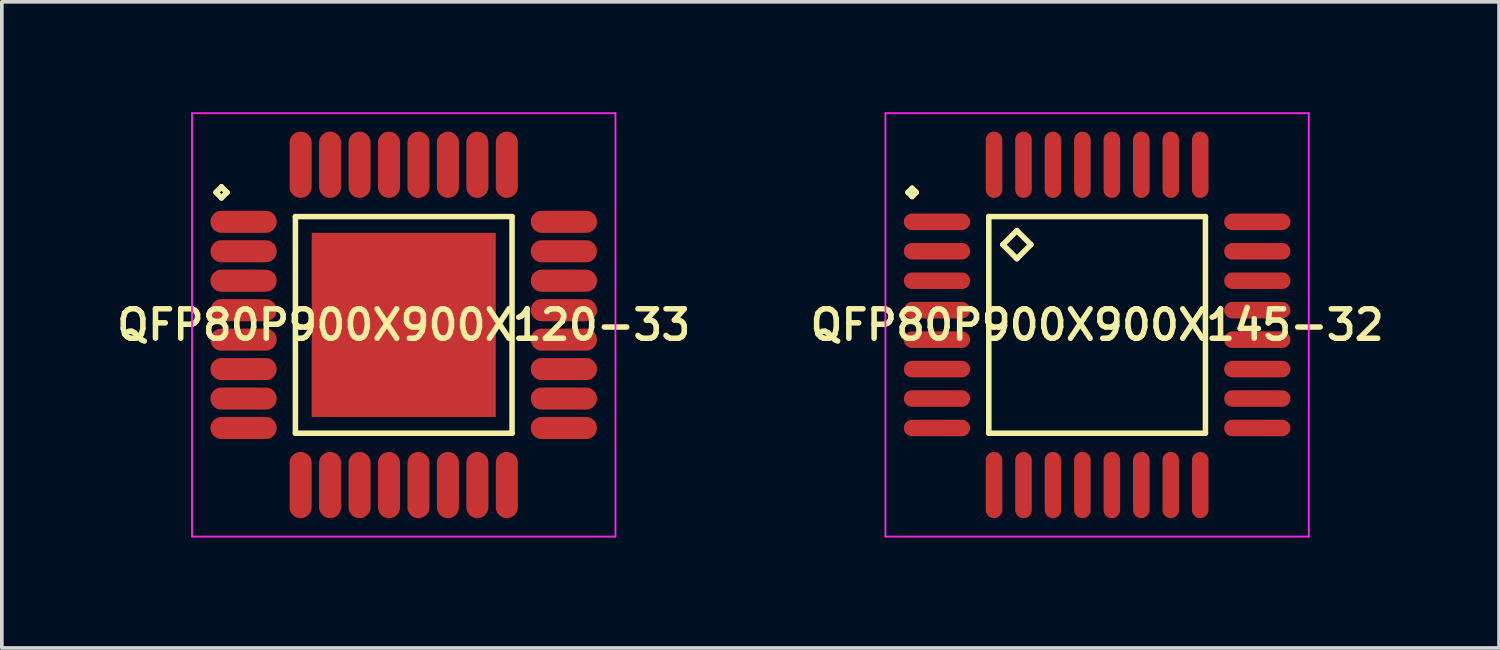
<source format=kicad_pcb>
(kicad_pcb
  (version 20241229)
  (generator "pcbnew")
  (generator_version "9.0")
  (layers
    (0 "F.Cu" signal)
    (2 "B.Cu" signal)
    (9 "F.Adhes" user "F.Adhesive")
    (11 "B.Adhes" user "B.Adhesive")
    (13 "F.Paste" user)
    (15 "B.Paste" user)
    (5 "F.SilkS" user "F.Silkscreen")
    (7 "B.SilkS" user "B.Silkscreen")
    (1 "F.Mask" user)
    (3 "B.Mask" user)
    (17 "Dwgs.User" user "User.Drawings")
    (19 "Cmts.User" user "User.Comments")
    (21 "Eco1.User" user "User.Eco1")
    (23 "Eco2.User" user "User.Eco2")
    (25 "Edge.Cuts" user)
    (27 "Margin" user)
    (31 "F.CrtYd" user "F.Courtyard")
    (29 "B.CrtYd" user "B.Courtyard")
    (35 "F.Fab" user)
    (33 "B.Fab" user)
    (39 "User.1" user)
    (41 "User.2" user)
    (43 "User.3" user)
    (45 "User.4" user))
  (footprint "QFP80P900X900X120-33"
    (layer "F.Cu")
    (at 7.916 5.775)
    (property "Reference" "QFP80P900X900X120-33" (at 0 0 0) (layer "F.SilkS") (effects (font (size 0.8 0.8) (thickness 0.15))))
    (attr smd)
    (fp_line (start -5.1 -3.6) (end -4.95 -3.75) (stroke (width 0.15) (type solid)) (layer "F.SilkS"))
    (fp_line (start -4.95 -3.75) (end -4.8 -3.6) (stroke (width 0.15) (type solid)) (layer "F.SilkS"))
    (fp_line (start -4.95 -3.45) (end -5.1 -3.6) (stroke (width 0.15) (type solid)) (layer "F.SilkS"))
    (fp_line (start -4.8 -3.6) (end -4.95 -3.45) (stroke (width 0.15) (type solid)) (layer "F.SilkS"))
    (fp_line (start -2.942 -2.942) (end -2.942 2.942) (stroke (width 0.15) (type solid)) (layer "F.SilkS"))
    (fp_line (start -2.942 2.942) (end 2.942 2.942) (stroke (width 0.15) (type solid)) (layer "F.SilkS"))
    (fp_line (start 2.942 -2.942) (end -2.942 -2.942) (stroke (width 0.15) (type solid)) (layer "F.SilkS"))
    (fp_line (start 2.942 2.942) (end 2.942 -2.942) (stroke (width 0.15) (type solid)) (layer "F.SilkS"))
    (fp_line (start -5.75 -5.75) (end 5.75 -5.75) (stroke (width 0.05) (type solid)) (layer "F.CrtYd"))
    (fp_line (start -5.75 5.75) (end -5.75 -5.75) (stroke (width 0.05) (type solid)) (layer "F.CrtYd"))
    (fp_line (start 5.75 -5.75) (end 5.75 5.75) (stroke (width 0.05) (type solid)) (layer "F.CrtYd"))
    (fp_line (start 5.75 5.75) (end -5.75 5.75) (stroke (width 0.05) (type solid)) (layer "F.CrtYd"))
    (pad "1" smd oval (at -4.35 -2.8) (size 1.8 0.6) (layers "F.Cu" "F.Mask" "F.Paste"))
    (pad "2" smd oval (at -4.35 -2) (size 1.8 0.6) (layers "F.Cu" "F.Mask" "F.Paste"))
    (pad "3" smd oval (at -4.35 -1.2) (size 1.8 0.6) (layers "F.Cu" "F.Mask" "F.Paste"))
    (pad "4" smd oval (at -4.35 -0.4) (size 1.8 0.6) (layers "F.Cu" "F.Mask" "F.Paste"))
    (pad "5" smd oval (at -4.35 0.4) (size 1.8 0.6) (layers "F.Cu" "F.Mask" "F.Paste"))
    (pad "6" smd oval (at -4.35 1.2) (size 1.8 0.6) (layers "F.Cu" "F.Mask" "F.Paste"))
    (pad "7" smd oval (at -4.35 2) (size 1.8 0.6) (layers "F.Cu" "F.Mask" "F.Paste"))
    (pad "8" smd oval (at -4.35 2.8) (size 1.8 0.6) (layers "F.Cu" "F.Mask" "F.Paste"))
    (pad "9" smd oval (at -2.8 4.35) (size 0.6 1.8) (layers "F.Cu" "F.Mask" "F.Paste"))
    (pad "10" smd oval (at -2 4.35) (size 0.6 1.8) (layers "F.Cu" "F.Mask" "F.Paste"))
    (pad "11" smd oval (at -1.2 4.35) (size 0.6 1.8) (layers "F.Cu" "F.Mask" "F.Paste"))
    (pad "12" smd oval (at -0.4 4.35) (size 0.6 1.8) (layers "F.Cu" "F.Mask" "F.Paste"))
    (pad "13" smd oval (at 0.4 4.35) (size 0.6 1.8) (layers "F.Cu" "F.Mask" "F.Paste"))
    (pad "14" smd oval (at 1.2 4.35) (size 0.6 1.8) (layers "F.Cu" "F.Mask" "F.Paste"))
    (pad "15" smd oval (at 2 4.35) (size 0.6 1.8) (layers "F.Cu" "F.Mask" "F.Paste"))
    (pad "16" smd oval (at 2.8 4.35) (size 0.6 1.8) (layers "F.Cu" "F.Mask" "F.Paste"))
    (pad "17" smd oval (at 4.35 2.8) (size 1.8 0.6) (layers "F.Cu" "F.Mask" "F.Paste"))
    (pad "18" smd oval (at 4.35 2) (size 1.8 0.6) (layers "F.Cu" "F.Mask" "F.Paste"))
    (pad "19" smd oval (at 4.35 1.2) (size 1.8 0.6) (layers "F.Cu" "F.Mask" "F.Paste"))
    (pad "20" smd oval (at 4.35 0.4) (size 1.8 0.6) (layers "F.Cu" "F.Mask" "F.Paste"))
    (pad "21" smd oval (at 4.35 -0.4) (size 1.8 0.6) (layers "F.Cu" "F.Mask" "F.Paste"))
    (pad "22" smd oval (at 4.35 -1.2) (size 1.8 0.6) (layers "F.Cu" "F.Mask" "F.Paste"))
    (pad "23" smd oval (at 4.35 -2) (size 1.8 0.6) (layers "F.Cu" "F.Mask" "F.Paste"))
    (pad "24" smd oval (at 4.35 -2.8) (size 1.8 0.6) (layers "F.Cu" "F.Mask" "F.Paste"))
    (pad "25" smd oval (at 2.8 -4.35) (size 0.6 1.8) (layers "F.Cu" "F.Mask" "F.Paste"))
    (pad "26" smd oval (at 2 -4.35) (size 0.6 1.8) (layers "F.Cu" "F.Mask" "F.Paste"))
    (pad "27" smd oval (at 1.2 -4.35) (size 0.6 1.8) (layers "F.Cu" "F.Mask" "F.Paste"))
    (pad "28" smd oval (at 0.4 -4.35) (size 0.6 1.8) (layers "F.Cu" "F.Mask" "F.Paste"))
    (pad "29" smd oval (at -0.4 -4.35) (size 0.6 1.8) (layers "F.Cu" "F.Mask" "F.Paste"))
    (pad "30" smd oval (at -1.2 -4.35) (size 0.6 1.8) (layers "F.Cu" "F.Mask" "F.Paste"))
    (pad "31" smd oval (at -2 -4.35) (size 0.6 1.8) (layers "F.Cu" "F.Mask" "F.Paste"))
    (pad "32" smd oval (at -2.8 -4.35) (size 0.6 1.8) (layers "F.Cu" "F.Mask" "F.Paste"))
    (pad "33" smd rect (at 0 0) (size 5 5) (layers "F.Cu" "F.Mask" "F.Paste")))
  (footprint "QFP80P900X900X145-32"
    (layer "F.Cu")
    (at 26.749 5.775)
    (property "Reference" "QFP80P900X900X145-32" (at 0 0 0) (layer "F.SilkS") (effects (font (size 0.8 0.8) (thickness 0.15))))
    (attr smd)
    (fp_line (start -5.138 -3.6) (end -5.025 -3.712) (stroke (width 0.15) (type solid)) (layer "F.SilkS"))
    (fp_line (start -5.025 -3.712) (end -4.912 -3.6) (stroke (width 0.15) (type solid)) (layer "F.SilkS"))
    (fp_line (start -5.025 -3.487) (end -5.138 -3.6) (stroke (width 0.15) (type solid)) (layer "F.SilkS"))
    (fp_line (start -4.912 -3.6) (end -5.025 -3.487) (stroke (width 0.15) (type solid)) (layer "F.SilkS"))
    (fp_line (start -2.942 -2.942) (end -2.942 2.942) (stroke (width 0.15) (type solid)) (layer "F.SilkS"))
    (fp_line (start -2.942 2.942) (end 2.942 2.942) (stroke (width 0.15) (type solid)) (layer "F.SilkS"))
    (fp_line (start -2.561 -2.18) (end -2.18 -2.561) (stroke (width 0.15) (type solid)) (layer "F.SilkS"))
    (fp_line (start -2.18 -2.561) (end -1.799 -2.18) (stroke (width 0.15) (type solid)) (layer "F.SilkS"))
    (fp_line (start -2.18 -1.799) (end -2.561 -2.18) (stroke (width 0.15) (type solid)) (layer "F.SilkS"))
    (fp_line (start -1.799 -2.18) (end -2.18 -1.799) (stroke (width 0.15) (type solid)) (layer "F.SilkS"))
    (fp_line (start 2.942 -2.942) (end -2.942 -2.942) (stroke (width 0.15) (type solid)) (layer "F.SilkS"))
    (fp_line (start 2.942 2.942) (end 2.942 -2.942) (stroke (width 0.15) (type solid)) (layer "F.SilkS"))
    (fp_line (start -5.75 -5.75) (end 5.75 -5.75) (stroke (width 0.05) (type solid)) (layer "F.CrtYd"))
    (fp_line (start -5.75 5.75) (end -5.75 -5.75) (stroke (width 0.05) (type solid)) (layer "F.CrtYd"))
    (fp_line (start 5.75 -5.75) (end 5.75 5.75) (stroke (width 0.05) (type solid)) (layer "F.CrtYd"))
    (fp_line (start 5.75 5.75) (end -5.75 5.75) (stroke (width 0.05) (type solid)) (layer "F.CrtYd"))
    (pad "1" smd oval (at -4.35 -2.8) (size 1.8 0.45) (layers "F.Cu" "F.Mask" "F.Paste"))
    (pad "2" smd oval (at -4.35 -2) (size 1.8 0.45) (layers "F.Cu" "F.Mask" "F.Paste"))
    (pad "3" smd oval (at -4.35 -1.2) (size 1.8 0.45) (layers "F.Cu" "F.Mask" "F.Paste"))
    (pad "4" smd oval (at -4.35 -0.4) (size 1.8 0.45) (layers "F.Cu" "F.Mask" "F.Paste"))
    (pad "5" smd oval (at -4.35 0.4) (size 1.8 0.45) (layers "F.Cu" "F.Mask" "F.Paste"))
    (pad "6" smd oval (at -4.35 1.2) (size 1.8 0.45) (layers "F.Cu" "F.Mask" "F.Paste"))
    (pad "7" smd oval (at -4.35 2) (size 1.8 0.45) (layers "F.Cu" "F.Mask" "F.Paste"))
    (pad "8" smd oval (at -4.35 2.8) (size 1.8 0.45) (layers "F.Cu" "F.Mask" "F.Paste"))
    (pad "9" smd oval (at -2.8 4.35) (size 0.45 1.8) (layers "F.Cu" "F.Mask" "F.Paste"))
    (pad "10" smd oval (at -2 4.35) (size 0.45 1.8) (layers "F.Cu" "F.Mask" "F.Paste"))
    (pad "11" smd oval (at -1.2 4.35) (size 0.45 1.8) (layers "F.Cu" "F.Mask" "F.Paste"))
    (pad "12" smd oval (at -0.4 4.35) (size 0.45 1.8) (layers "F.Cu" "F.Mask" "F.Paste"))
    (pad "13" smd oval (at 0.4 4.35) (size 0.45 1.8) (layers "F.Cu" "F.Mask" "F.Paste"))
    (pad "14" smd oval (at 1.2 4.35) (size 0.45 1.8) (layers "F.Cu" "F.Mask" "F.Paste"))
    (pad "15" smd oval (at 2 4.35) (size 0.45 1.8) (layers "F.Cu" "F.Mask" "F.Paste"))
    (pad "16" smd oval (at 2.8 4.35) (size 0.45 1.8) (layers "F.Cu" "F.Mask" "F.Paste"))
    (pad "17" smd oval (at 4.35 2.8) (size 1.8 0.45) (layers "F.Cu" "F.Mask" "F.Paste"))
    (pad "18" smd oval (at 4.35 2) (size 1.8 0.45) (layers "F.Cu" "F.Mask" "F.Paste"))
    (pad "19" smd oval (at 4.35 1.2) (size 1.8 0.45) (layers "F.Cu" "F.Mask" "F.Paste"))
    (pad "20" smd oval (at 4.35 0.4) (size 1.8 0.45) (layers "F.Cu" "F.Mask" "F.Paste"))
    (pad "21" smd oval (at 4.35 -0.4) (size 1.8 0.45) (layers "F.Cu" "F.Mask" "F.Paste"))
    (pad "22" smd oval (at 4.35 -1.2) (size 1.8 0.45) (layers "F.Cu" "F.Mask" "F.Paste"))
    (pad "23" smd oval (at 4.35 -2) (size 1.8 0.45) (layers "F.Cu" "F.Mask" "F.Paste"))
    (pad "24" smd oval (at 4.35 -2.8) (size 1.8 0.45) (layers "F.Cu" "F.Mask" "F.Paste"))
    (pad "25" smd oval (at 2.8 -4.35) (size 0.45 1.8) (layers "F.Cu" "F.Mask" "F.Paste"))
    (pad "26" smd oval (at 2 -4.35) (size 0.45 1.8) (layers "F.Cu" "F.Mask" "F.Paste"))
    (pad "27" smd oval (at 1.2 -4.35) (size 0.45 1.8) (layers "F.Cu" "F.Mask" "F.Paste"))
    (pad "28" smd oval (at 0.4 -4.35) (size 0.45 1.8) (layers "F.Cu" "F.Mask" "F.Paste"))
    (pad "29" smd oval (at -0.4 -4.35) (size 0.45 1.8) (layers "F.Cu" "F.Mask" "F.Paste"))
    (pad "30" smd oval (at -1.2 -4.35) (size 0.45 1.8) (layers "F.Cu" "F.Mask" "F.Paste"))
    (pad "31" smd oval (at -2 -4.35) (size 0.45 1.8) (layers "F.Cu" "F.Mask" "F.Paste"))
    (pad "32" smd oval (at -2.8 -4.35) (size 0.45 1.8) (layers "F.Cu" "F.Mask" "F.Paste")))
  (gr_rect
    (start -3 -3)
    (end 37.666 14.55)
    (stroke (width 0.1) (type default))
    (fill no)
    (layer "Edge.Cuts")))
</source>
